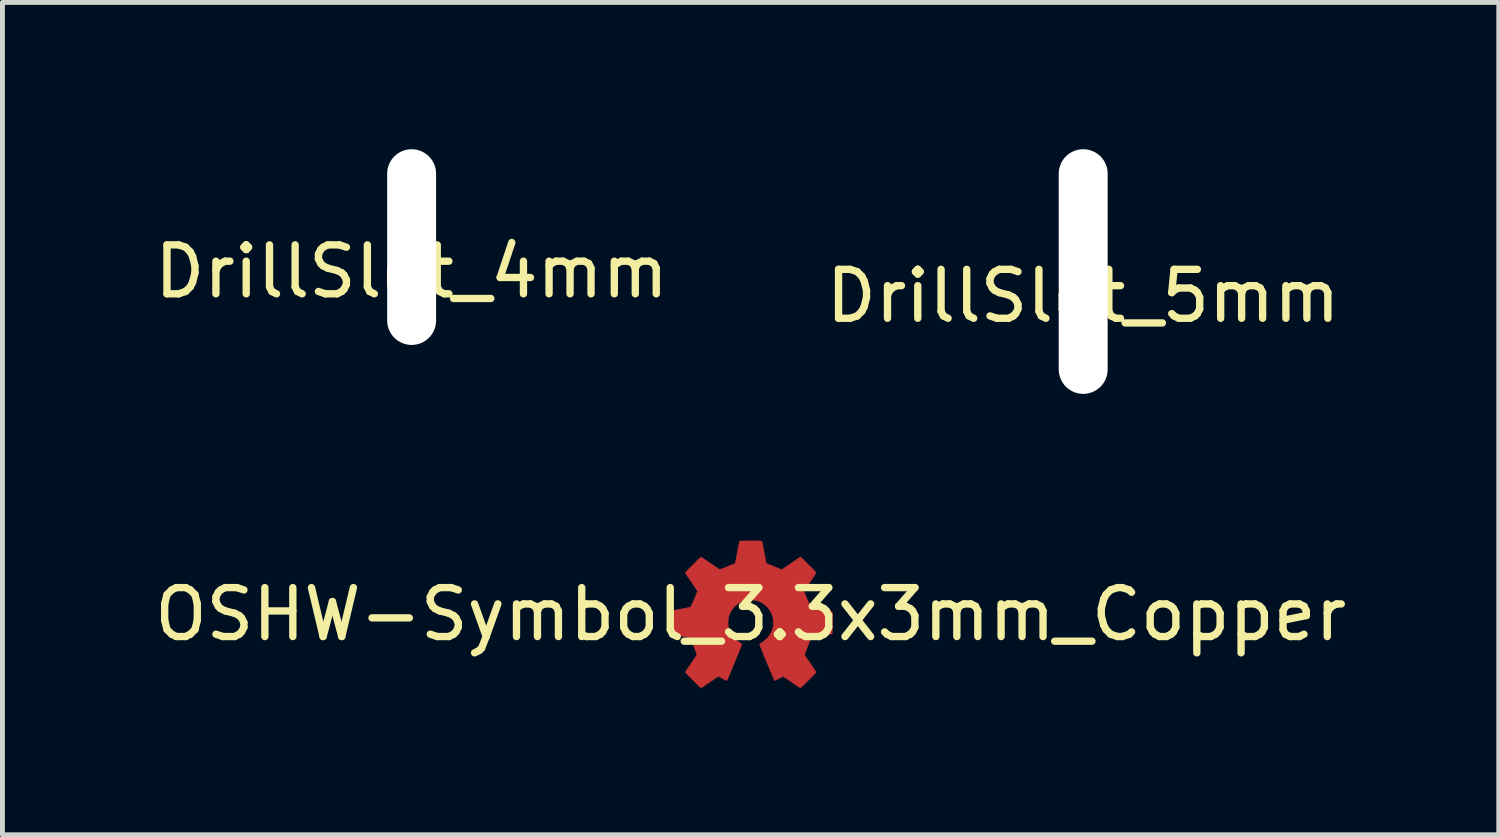
<source format=kicad_pcb>
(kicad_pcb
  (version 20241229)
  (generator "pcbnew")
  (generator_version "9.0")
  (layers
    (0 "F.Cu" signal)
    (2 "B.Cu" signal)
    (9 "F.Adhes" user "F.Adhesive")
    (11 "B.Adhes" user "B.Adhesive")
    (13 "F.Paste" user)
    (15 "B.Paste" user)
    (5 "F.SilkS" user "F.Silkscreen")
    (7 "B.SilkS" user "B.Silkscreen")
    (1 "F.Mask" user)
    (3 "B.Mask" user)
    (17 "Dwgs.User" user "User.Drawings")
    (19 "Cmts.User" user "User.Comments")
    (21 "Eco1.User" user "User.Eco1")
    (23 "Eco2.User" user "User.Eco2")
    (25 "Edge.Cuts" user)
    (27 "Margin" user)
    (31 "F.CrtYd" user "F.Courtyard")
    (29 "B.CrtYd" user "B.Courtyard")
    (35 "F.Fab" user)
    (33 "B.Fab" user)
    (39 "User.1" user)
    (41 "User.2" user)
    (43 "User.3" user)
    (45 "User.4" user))
  (footprint "DrillSlot_5mm"
    (layer "F.Cu")
    (at 19.089 2.5)
    (property "Reference" "DrillSlot_5mm" (at 0 0.5 0) (layer "F.SilkS") (effects (font (size 1 1) (thickness 0.15))))
    (attr through_hole)
    (pad "" np_thru_hole oval (at 0 0 180) (size 1 5) (drill oval 1 5) (layers "*.Cu" "*.Mask")))
  (footprint "DrillSlot_4mm"
    (layer "F.Cu")
    (at 5.363 2)
    (property "Reference" "DrillSlot_4mm" (at 0 0.5 0) (layer "F.SilkS") (effects (font (size 1 1) (thickness 0.15))))
    (attr through_hole)
    (pad "" np_thru_hole oval (at 0 0 180) (size 1 4) (drill oval 1 4) (layers "*.Cu" "*.Mask")))
  (footprint "OSHW-Symbol_3.3x3mm_Copper"
    (layer "F.Cu")
    (at 12.292 9.505)
    (property "Reference" "OSHW-Symbol_3.3x3mm_Copper" (at 0 0 0) (layer "F.SilkS") (effects (font (size 1 1) (thickness 0.15))))
    (attr exclude_from_pos_files exclude_from_bom)
    (fp_poly (pts (xy 0.026 -1.5) (xy 0.061 -1.499) (xy 0.094 -1.499) (xy 0.126 -1.499) (xy 0.154 -1.498) (xy 0.179 -1.498) (xy 0.2 -1.497) (xy 0.215 -1.496) (xy 0.224 -1.495) (xy 0.227 -1.494) (xy 0.228 -1.492) (xy 0.23 -1.487) (xy 0.233 -1.479) (xy 0.235 -1.468) (xy 0.239 -1.453) (xy 0.243 -1.433) (xy 0.248 -1.409) (xy 0.254 -1.379) (xy 0.261 -1.343) (xy 0.269 -1.3) (xy 0.274 -1.272) (xy 0.281 -1.233) (xy 0.288 -1.196) (xy 0.295 -1.162) (xy 0.301 -1.131) (xy 0.306 -1.103) (xy 0.311 -1.081) (xy 0.315 -1.063) (xy 0.317 -1.052) (xy 0.319 -1.047) (xy 0.319 -1.047) (xy 0.324 -1.04) (xy 0.327 -1.037) (xy 0.387 -1.012) (xy 0.441 -0.991) (xy 0.487 -0.972) (xy 0.527 -0.955) (xy 0.561 -0.942) (xy 0.588 -0.931) (xy 0.609 -0.923) (xy 0.623 -0.918) (xy 0.631 -0.915) (xy 0.633 -0.915) (xy 0.635 -0.915) (xy 0.637 -0.915) (xy 0.639 -0.915) (xy 0.642 -0.917) (xy 0.646 -0.919) (xy 0.652 -0.923) (xy 0.66 -0.928) (xy 0.671 -0.935) (xy 0.685 -0.945) (xy 0.703 -0.957) (xy 0.725 -0.971) (xy 0.75 -0.989) (xy 0.781 -1.01) (xy 0.817 -1.035) (xy 0.84 -1.051) (xy 0.871 -1.072) (xy 0.9 -1.092) (xy 0.927 -1.11) (xy 0.951 -1.126) (xy 0.971 -1.14) (xy 0.988 -1.151) (xy 1 -1.159) (xy 1.007 -1.164) (xy 1.008 -1.165) (xy 1.016 -1.167) (xy 1.024 -1.165) (xy 1.026 -1.164) (xy 1.031 -1.16) (xy 1.04 -1.152) (xy 1.053 -1.14) (xy 1.069 -1.123) (xy 1.089 -1.104) (xy 1.112 -1.082) (xy 1.137 -1.057) (xy 1.163 -1.031) (xy 1.186 -1.008) (xy 1.218 -0.976) (xy 1.245 -0.949) (xy 1.268 -0.926) (xy 1.286 -0.907) (xy 1.301 -0.891) (xy 1.313 -0.879) (xy 1.322 -0.869) (xy 1.328 -0.861) (xy 1.332 -0.856) (xy 1.335 -0.852) (xy 1.336 -0.848) (xy 1.336 -0.847) (xy 1.335 -0.843) (xy 1.331 -0.837) (xy 1.325 -0.826) (xy 1.317 -0.813) (xy 1.305 -0.795) (xy 1.291 -0.772) (xy 1.272 -0.746) (xy 1.251 -0.713) (xy 1.225 -0.676) (xy 1.214 -0.66) (xy 1.192 -0.628) (xy 1.171 -0.597) (xy 1.152 -0.569) (xy 1.135 -0.543) (xy 1.12 -0.52) (xy 1.107 -0.502) (xy 1.098 -0.487) (xy 1.092 -0.478) (xy 1.09 -0.474) (xy 1.091 -0.47) (xy 1.092 -0.464) (xy 1.095 -0.453) (xy 1.101 -0.439) (xy 1.108 -0.421) (xy 1.117 -0.397) (xy 1.129 -0.369) (xy 1.144 -0.334) (xy 1.154 -0.311) (xy 1.168 -0.278) (xy 1.182 -0.247) (xy 1.194 -0.22) (xy 1.205 -0.196) (xy 1.214 -0.176) (xy 1.221 -0.161) (xy 1.226 -0.152) (xy 1.228 -0.15) (xy 1.233 -0.146) (xy 1.242 -0.143) (xy 1.256 -0.139) (xy 1.275 -0.135) (xy 1.296 -0.131) (xy 1.356 -0.12) (xy 1.411 -0.11) (xy 1.461 -0.101) (xy 1.507 -0.092) (xy 1.547 -0.085) (xy 1.581 -0.078) (xy 1.61 -0.072) (xy 1.632 -0.068) (xy 1.648 -0.065) (xy 1.657 -0.062) (xy 1.659 -0.062) (xy 1.665 -0.056) (xy 1.667 -0.052) (xy 1.668 -0.048) (xy 1.668 -0.037) (xy 1.669 -0.019) (xy 1.669 0.003) (xy 1.669 0.03) (xy 1.669 0.061) (xy 1.669 0.096) (xy 1.67 0.133) (xy 1.67 0.171) (xy 1.67 0.217) (xy 1.67 0.256) (xy 1.67 0.289) (xy 1.669 0.316) (xy 1.669 0.339) (xy 1.668 0.356) (xy 1.668 0.37) (xy 1.667 0.381) (xy 1.665 0.388) (xy 1.664 0.393) (xy 1.662 0.396) (xy 1.659 0.398) (xy 1.656 0.4) (xy 1.653 0.401) (xy 1.652 0.401) (xy 1.648 0.402) (xy 1.637 0.404) (xy 1.62 0.407) (xy 1.598 0.411) (xy 1.571 0.416) (xy 1.541 0.422) (xy 1.507 0.428) (xy 1.471 0.435) (xy 1.446 0.439) (xy 1.402 0.448) (xy 1.364 0.455) (xy 1.333 0.461) (xy 1.307 0.466) (xy 1.286 0.47) (xy 1.269 0.474) (xy 1.257 0.477) (xy 1.248 0.479) (xy 1.242 0.481) (xy 1.239 0.483) (xy 1.239 0.484) (xy 1.236 0.489) (xy 1.23 0.499) (xy 1.223 0.516) (xy 1.214 0.536) (xy 1.204 0.56) (xy 1.193 0.586) (xy 1.181 0.615) (xy 1.169 0.644) (xy 1.158 0.674) (xy 1.146 0.703) (xy 1.135 0.731) (xy 1.125 0.757) (xy 1.117 0.779) (xy 1.11 0.798) (xy 1.105 0.812) (xy 1.103 0.821) (xy 1.103 0.823) (xy 1.104 0.826) (xy 1.106 0.832) (xy 1.111 0.841) (xy 1.118 0.853) (xy 1.128 0.868) (xy 1.14 0.887) (xy 1.156 0.911) (xy 1.175 0.94) (xy 1.198 0.973) (xy 1.219 1.004) (xy 1.248 1.045) (xy 1.272 1.082) (xy 1.293 1.112) (xy 1.309 1.137) (xy 1.321 1.156) (xy 1.33 1.17) (xy 1.335 1.179) (xy 1.336 1.183) (xy 1.335 1.186) (xy 1.332 1.19) (xy 1.327 1.197) (xy 1.319 1.206) (xy 1.308 1.218) (xy 1.294 1.233) (xy 1.276 1.251) (xy 1.254 1.273) (xy 1.228 1.3) (xy 1.197 1.331) (xy 1.181 1.348) (xy 1.145 1.383) (xy 1.113 1.414) (xy 1.087 1.44) (xy 1.065 1.461) (xy 1.047 1.478) (xy 1.034 1.49) (xy 1.025 1.498) (xy 1.019 1.502) (xy 1.017 1.503) (xy 1.016 1.503) (xy 1.013 1.502) (xy 1.01 1.501) (xy 1.006 1.499) (xy 1 1.495) (xy 0.992 1.49) (xy 0.982 1.483) (xy 0.968 1.474) (xy 0.951 1.463) (xy 0.931 1.449) (xy 0.906 1.432) (xy 0.876 1.411) (xy 0.841 1.388) (xy 0.801 1.36) (xy 0.799 1.359) (xy 0.771 1.34) (xy 0.746 1.323) (xy 0.722 1.307) (xy 0.702 1.294) (xy 0.685 1.283) (xy 0.673 1.275) (xy 0.665 1.271) (xy 0.663 1.27) (xy 0.658 1.272) (xy 0.647 1.277) (xy 0.632 1.284) (xy 0.614 1.293) (xy 0.593 1.304) (xy 0.581 1.31) (xy 0.56 1.322) (xy 0.54 1.332) (xy 0.523 1.341) (xy 0.51 1.347) (xy 0.503 1.351) (xy 0.501 1.352) (xy 0.494 1.351) (xy 0.487 1.348) (xy 0.485 1.343) (xy 0.48 1.333) (xy 0.473 1.317) (xy 0.464 1.296) (xy 0.453 1.27) (xy 0.44 1.241) (xy 0.426 1.207) (xy 0.41 1.171) (xy 0.394 1.132) (xy 0.377 1.092) (xy 0.36 1.05) (xy 0.342 1.007) (xy 0.324 0.964) (xy 0.306 0.921) (xy 0.289 0.879) (xy 0.272 0.839) (xy 0.256 0.8) (xy 0.241 0.763) (xy 0.228 0.73) (xy 0.216 0.7) (xy 0.205 0.674) (xy 0.197 0.652) (xy 0.19 0.636) (xy 0.186 0.625) (xy 0.185 0.62) (xy 0.186 0.613) (xy 0.188 0.608) (xy 0.194 0.602) (xy 0.204 0.595) (xy 0.212 0.59) (xy 0.264 0.555) (xy 0.309 0.518) (xy 0.348 0.479) (xy 0.381 0.438) (xy 0.408 0.394) (xy 0.417 0.377) (xy 0.439 0.326) (xy 0.455 0.272) (xy 0.464 0.217) (xy 0.466 0.161) (xy 0.463 0.105) (xy 0.452 0.051) (xy 0.44 0.014) (xy 0.418 -0.039) (xy 0.389 -0.088) (xy 0.355 -0.133) (xy 0.316 -0.174) (xy 0.272 -0.209) (xy 0.225 -0.239) (xy 0.202 -0.251) (xy 0.148 -0.272) (xy 0.094 -0.286) (xy 0.039 -0.294) (xy -0.015 -0.295) (xy -0.069 -0.29) (xy -0.122 -0.279) (xy -0.173 -0.262) (xy -0.221 -0.239) (xy -0.267 -0.21) (xy -0.31 -0.176) (xy -0.348 -0.137) (xy -0.382 -0.093) (xy -0.411 -0.045) (xy -0.432 -0.000289) (xy -0.446 0.043) (xy -0.456 0.087) (xy -0.461 0.134) (xy -0.462 0.171) (xy -0.46 0.22) (xy -0.454 0.264) (xy -0.443 0.307) (xy -0.427 0.35) (xy -0.415 0.376) (xy -0.39 0.419) (xy -0.361 0.459) (xy -0.327 0.497) (xy -0.287 0.534) (xy -0.241 0.568) (xy -0.209 0.59) (xy -0.196 0.598) (xy -0.187 0.605) (xy -0.183 0.61) (xy -0.182 0.616) (xy -0.182 0.62) (xy -0.183 0.624) (xy -0.187 0.635) (xy -0.193 0.651) (xy -0.202 0.672) (xy -0.212 0.698) (xy -0.224 0.728) (xy -0.238 0.761) (xy -0.252 0.798) (xy -0.268 0.836) (xy -0.285 0.877) (xy -0.302 0.919) (xy -0.32 0.962) (xy -0.337 1.005) (xy -0.355 1.048) (xy -0.373 1.09) (xy -0.389 1.13) (xy -0.406 1.169) (xy -0.421 1.205) (xy -0.435 1.239) (xy -0.447 1.269) (xy -0.458 1.295) (xy -0.468 1.316) (xy -0.475 1.332) (xy -0.48 1.343) (xy -0.482 1.347) (xy -0.482 1.347) (xy -0.488 1.353) (xy -0.491 1.354) (xy -0.495 1.352) (xy -0.505 1.348) (xy -0.519 1.341) (xy -0.537 1.331) (xy -0.557 1.321) (xy -0.574 1.312) (xy -0.596 1.301) (xy -0.616 1.29) (xy -0.634 1.281) (xy -0.647 1.275) (xy -0.657 1.271) (xy -0.66 1.27) (xy -0.664 1.272) (xy -0.674 1.278) (xy -0.688 1.287) (xy -0.707 1.3) (xy -0.729 1.314) (xy -0.755 1.332) (xy -0.783 1.351) (xy -0.814 1.371) (xy -0.836 1.387) (xy -0.872 1.411) (xy -0.904 1.433) (xy -0.933 1.452) (xy -0.958 1.469) (xy -0.979 1.483) (xy -0.996 1.493) (xy -1.007 1.5) (xy -1.013 1.503) (xy -1.013 1.503) (xy -1.017 1.501) (xy -1.023 1.496) (xy -1.033 1.488) (xy -1.046 1.477) (xy -1.062 1.461) (xy -1.083 1.441) (xy -1.108 1.416) (xy -1.137 1.387) (xy -1.171 1.354) (xy -1.177 1.347) (xy -1.21 1.314) (xy -1.238 1.286) (xy -1.262 1.262) (xy -1.282 1.242) (xy -1.297 1.225) (xy -1.31 1.212) (xy -1.319 1.202) (xy -1.326 1.194) (xy -1.33 1.188) (xy -1.332 1.184) (xy -1.332 1.183) (xy -1.33 1.178) (xy -1.326 1.169) (xy -1.317 1.155) (xy -1.305 1.136) (xy -1.29 1.112) (xy -1.27 1.083) (xy -1.247 1.049) (xy -1.219 1.008) (xy -1.216 1.003) (xy -1.189 0.965) (xy -1.167 0.932) (xy -1.149 0.905) (xy -1.133 0.882) (xy -1.121 0.863) (xy -1.112 0.849) (xy -1.106 0.838) (xy -1.101 0.83) (xy -1.099 0.824) (xy -1.099 0.822) (xy -1.1 0.816) (xy -1.104 0.804) (xy -1.11 0.788) (xy -1.118 0.766) (xy -1.127 0.742) (xy -1.138 0.715) (xy -1.149 0.686) (xy -1.161 0.657) (xy -1.173 0.627) (xy -1.185 0.598) (xy -1.196 0.57) (xy -1.207 0.545) (xy -1.216 0.523) (xy -1.224 0.505) (xy -1.23 0.492) (xy -1.234 0.485) (xy -1.235 0.483) (xy -1.238 0.482) (xy -1.243 0.48) (xy -1.251 0.477) (xy -1.262 0.474) (xy -1.277 0.471) (xy -1.297 0.467) (xy -1.321 0.462) (xy -1.351 0.456) (xy -1.386 0.45) (xy -1.428 0.442) (xy -1.447 0.438) (xy -1.494 0.429) (xy -1.534 0.422) (xy -1.568 0.415) (xy -1.595 0.41) (xy -1.618 0.405) (xy -1.635 0.401) (xy -1.647 0.398) (xy -1.655 0.396) (xy -1.659 0.394) (xy -1.659 0.394) (xy -1.66 0.392) (xy -1.662 0.39) (xy -1.663 0.387) (xy -1.664 0.382) (xy -1.664 0.375) (xy -1.665 0.365) (xy -1.665 0.352) (xy -1.666 0.335) (xy -1.666 0.314) (xy -1.666 0.287) (xy -1.666 0.255) (xy -1.666 0.217) (xy -1.666 0.172) (xy -1.666 0.17) (xy -1.666 0.131) (xy -1.666 0.094) (xy -1.666 0.06) (xy -1.665 0.029) (xy -1.665 0.002) (xy -1.665 -0.02) (xy -1.665 -0.037) (xy -1.664 -0.048) (xy -1.664 -0.052) (xy -1.659 -0.059) (xy -1.655 -0.062) (xy -1.651 -0.063) (xy -1.639 -0.065) (xy -1.623 -0.069) (xy -1.6 -0.073) (xy -1.574 -0.078) (xy -1.543 -0.084) (xy -1.509 -0.091) (xy -1.473 -0.098) (xy -1.442 -0.103) (xy -1.394 -0.112) (xy -1.352 -0.12) (xy -1.317 -0.127) (xy -1.289 -0.133) (xy -1.266 -0.138) (xy -1.248 -0.142) (xy -1.236 -0.145) (xy -1.229 -0.147) (xy -1.227 -0.148) (xy -1.223 -0.153) (xy -1.217 -0.164) (xy -1.209 -0.18) (xy -1.2 -0.2) (xy -1.189 -0.224) (xy -1.177 -0.25) (xy -1.165 -0.278) (xy -1.152 -0.307) (xy -1.14 -0.336) (xy -1.128 -0.364) (xy -1.117 -0.391) (xy -1.107 -0.415) (xy -1.099 -0.436) (xy -1.092 -0.453) (xy -1.088 -0.466) (xy -1.087 -0.472) (xy -1.087 -0.473) (xy -1.089 -0.477) (xy -1.095 -0.488) (xy -1.105 -0.503) (xy -1.117 -0.522) (xy -1.133 -0.545) (xy -1.15 -0.571) (xy -1.17 -0.6) (xy -1.191 -0.631) (xy -1.21 -0.66) (xy -1.237 -0.699) (xy -1.261 -0.733) (xy -1.28 -0.762) (xy -1.296 -0.786) (xy -1.309 -0.806) (xy -1.319 -0.821) (xy -1.326 -0.833) (xy -1.33 -0.841) (xy -1.332 -0.846) (xy -1.332 -0.847) (xy -1.331 -0.85) (xy -1.33 -0.854) (xy -1.326 -0.859) (xy -1.321 -0.866) (xy -1.313 -0.874) (xy -1.303 -0.886) (xy -1.289 -0.9) (xy -1.272 -0.918) (xy -1.251 -0.939) (xy -1.226 -0.964) (xy -1.196 -0.994) (xy -1.181 -1.01) (xy -1.153 -1.038) (xy -1.127 -1.064) (xy -1.102 -1.088) (xy -1.08 -1.11) (xy -1.061 -1.128) (xy -1.045 -1.144) (xy -1.032 -1.155) (xy -1.024 -1.163) (xy -1.021 -1.165) (xy -1.012 -1.167) (xy -1.007 -1.166) (xy -1.003 -1.164) (xy -0.994 -1.158) (xy -0.98 -1.148) (xy -0.961 -1.136) (xy -0.939 -1.121) (xy -0.913 -1.103) (xy -0.884 -1.084) (xy -0.853 -1.063) (xy -0.821 -1.04) (xy -0.82 -1.039) (xy -0.784 -1.015) (xy -0.751 -0.993) (xy -0.721 -0.973) (xy -0.695 -0.955) (xy -0.672 -0.94) (xy -0.654 -0.929) (xy -0.64 -0.92) (xy -0.632 -0.916) (xy -0.63 -0.915) (xy -0.625 -0.916) (xy -0.615 -0.92) (xy -0.599 -0.926) (xy -0.579 -0.933) (xy -0.556 -0.942) (xy -0.531 -0.952) (xy -0.504 -0.963) (xy -0.476 -0.974) (xy -0.448 -0.986) (xy -0.421 -0.997) (xy -0.396 -1.007) (xy -0.373 -1.016) (xy -0.353 -1.024) (xy -0.338 -1.031) (xy -0.328 -1.035) (xy -0.326 -1.036) (xy -0.318 -1.042) (xy -0.314 -1.048) (xy -0.313 -1.053) (xy -0.31 -1.064) (xy -0.307 -1.081) (xy -0.303 -1.103) (xy -0.297 -1.13) (xy -0.292 -1.161) (xy -0.285 -1.195) (xy -0.278 -1.231) (xy -0.271 -1.27) (xy -0.27 -1.272) (xy -0.262 -1.318) (xy -0.254 -1.358) (xy -0.248 -1.391) (xy -0.242 -1.419) (xy -0.238 -1.441) (xy -0.234 -1.459) (xy -0.231 -1.473) (xy -0.228 -1.482) (xy -0.226 -1.489) (xy -0.224 -1.493) (xy -0.223 -1.494) (xy -0.218 -1.495) (xy -0.206 -1.496) (xy -0.189 -1.497) (xy -0.167 -1.498) (xy -0.141 -1.498) (xy -0.111 -1.499) (xy -0.079 -1.499) (xy -0.045 -1.499) (xy -0.01 -1.5) (xy 0.026 -1.5)) (stroke (width 0.01) (type solid)) (fill yes) (layer "F.Cu")))
  (gr_rect
    (start -3 -3)
    (end 27.583 14.012)
    (stroke (width 0.1) (type default))
    (fill no)
    (layer "Edge.Cuts")))
</source>
